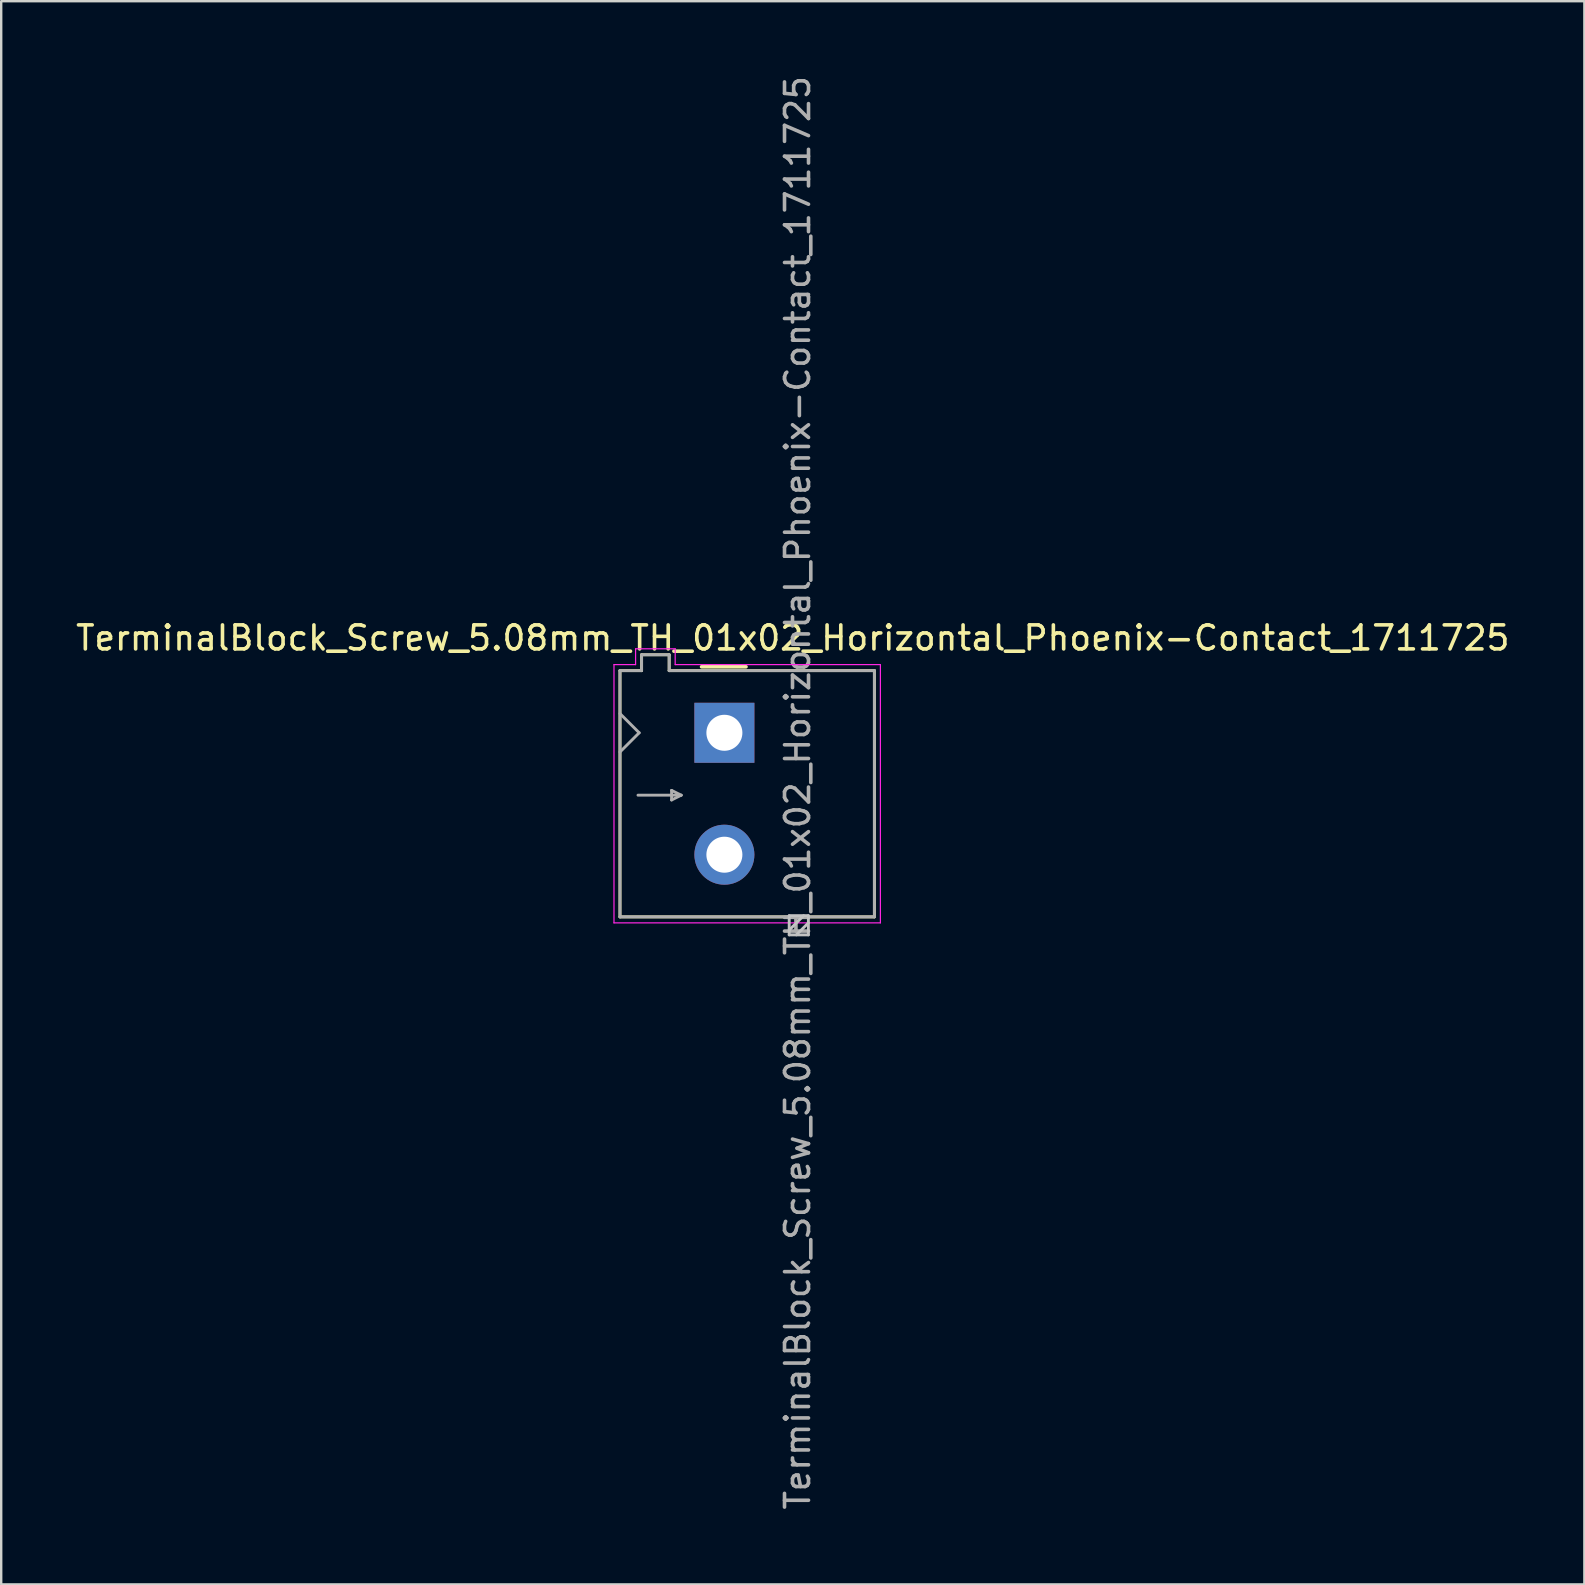
<source format=kicad_pcb>
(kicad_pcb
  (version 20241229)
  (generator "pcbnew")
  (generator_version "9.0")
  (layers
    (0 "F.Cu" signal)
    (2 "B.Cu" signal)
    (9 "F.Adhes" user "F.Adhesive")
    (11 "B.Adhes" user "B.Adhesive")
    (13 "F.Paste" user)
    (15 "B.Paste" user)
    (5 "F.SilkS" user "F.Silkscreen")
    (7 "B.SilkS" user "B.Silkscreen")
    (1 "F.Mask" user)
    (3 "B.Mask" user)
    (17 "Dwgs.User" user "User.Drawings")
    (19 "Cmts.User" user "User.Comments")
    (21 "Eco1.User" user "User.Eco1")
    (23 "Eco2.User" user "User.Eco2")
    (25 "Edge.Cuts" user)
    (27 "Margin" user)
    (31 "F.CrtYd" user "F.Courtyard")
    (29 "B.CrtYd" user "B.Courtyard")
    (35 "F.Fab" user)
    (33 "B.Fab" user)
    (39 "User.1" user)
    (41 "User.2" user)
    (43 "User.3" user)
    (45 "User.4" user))
  (footprint "TerminalBlock_Screw_5.08mm_TH_01x02_Horizontal_Phoenix-Contact_1711725"
    (layer "F.Cu")
    (at 27.132 27.482)
    (property "Reference" "TerminalBlock_Screw_5.08mm_TH_01x02_Horizontal_Phoenix-Contact_1711725" (at 2.85 -3.95 0) (unlocked yes) (layer "F.SilkS") (effects (font (size 1 1) (thickness 0.15))))
    (attr through_hole)
    (fp_line (start -4.35 -2.59) (end -4.35 7.67) (stroke (width 0.12) (type solid)) (layer "F.SilkS"))
    (fp_line (start -4.35 7.67) (end 6.25 7.67) (stroke (width 0.12) (type solid)) (layer "F.SilkS"))
    (fp_line (start -3.45 -3.25) (end -3.45 -2.59) (stroke (width 0.12) (type solid)) (layer "F.SilkS"))
    (fp_line (start -3.45 -2.59) (end -4.35 -2.59) (stroke (width 0.12) (type solid)) (layer "F.SilkS"))
    (fp_line (start -2.3 -3.25) (end -3.45 -3.25) (stroke (width 0.12) (type solid)) (layer "F.SilkS"))
    (fp_line (start -2.3 -2.59) (end -2.3 -3.25) (stroke (width 0.12) (type solid)) (layer "F.SilkS"))
    (fp_line (start -0.95 -2.75) (end 0.9 -2.75) (stroke (width 0.15) (type solid)) (layer "F.SilkS"))
    (fp_line (start 6.25 -2.59) (end -2.3 -2.59) (stroke (width 0.12) (type solid)) (layer "F.SilkS"))
    (fp_line (start 6.25 7.67) (end 6.25 -2.59) (stroke (width 0.12) (type solid)) (layer "F.SilkS"))
    (fp_line (start 2.7 7.62) (end 2.7 8.42) (stroke (width 0.12) (type solid)) (layer "Dwgs.User"))
    (fp_line (start 2.7 8.22) (end 3.3 7.62) (stroke (width 0.12) (type solid)) (layer "Dwgs.User"))
    (fp_line (start 2.7 8.42) (end 3.5 8.42) (stroke (width 0.12) (type solid)) (layer "Dwgs.User"))
    (fp_line (start 3 8.42) (end 3.5 7.92) (stroke (width 0.12) (type solid)) (layer "Dwgs.User"))
    (fp_line (start 3.5 7.62) (end 2.7 7.62) (stroke (width 0.12) (type solid)) (layer "Dwgs.User"))
    (fp_line (start 3.5 8.42) (end 3.5 7.62) (stroke (width 0.12) (type solid)) (layer "Dwgs.User"))
    (fp_line (start -4.6 -2.84) (end -3.7 -2.84) (stroke (width 0.05) (type solid)) (layer "F.CrtYd"))
    (fp_line (start -4.6 7.92) (end -4.6 -2.84) (stroke (width 0.05) (type solid)) (layer "F.CrtYd"))
    (fp_line (start -3.7 -3.5) (end -3.7 -2.84) (stroke (width 0.05) (type solid)) (layer "F.CrtYd"))
    (fp_line (start -2.05 -3.5) (end -3.7 -3.5) (stroke (width 0.05) (type solid)) (layer "F.CrtYd"))
    (fp_line (start -2.05 -2.84) (end -2.05 -3.5) (stroke (width 0.05) (type solid)) (layer "F.CrtYd"))
    (fp_line (start -2.05 -2.84) (end 6.5 -2.84) (stroke (width 0.05) (type solid)) (layer "F.CrtYd"))
    (fp_line (start 6.5 -2.84) (end 6.5 7.92) (stroke (width 0.05) (type solid)) (layer "F.CrtYd"))
    (fp_line (start 6.5 7.92) (end -4.6 7.92) (stroke (width 0.05) (type solid)) (layer "F.CrtYd"))
    (fp_line (start -4.35 -2.59) (end -4.35 7.67) (stroke (width 0.12) (type solid)) (layer "F.Fab"))
    (fp_line (start -4.35 0.8) (end -3.55 0) (stroke (width 0.12) (type solid)) (layer "F.Fab"))
    (fp_line (start -4.35 7.67) (end 6.25 7.67) (stroke (width 0.12) (type solid)) (layer "F.Fab"))
    (fp_line (start -3.6 2.6) (end -1.8 2.6) (stroke (width 0.12) (type solid)) (layer "F.Fab"))
    (fp_line (start -3.55 0) (end -4.35 -0.8) (stroke (width 0.12) (type solid)) (layer "F.Fab"))
    (fp_line (start -3.45 -3.25) (end -3.45 -2.59) (stroke (width 0.12) (type solid)) (layer "F.Fab"))
    (fp_line (start -3.45 -2.59) (end -4.35 -2.59) (stroke (width 0.12) (type solid)) (layer "F.Fab"))
    (fp_line (start -2.3 -3.25) (end -3.45 -3.25) (stroke (width 0.12) (type solid)) (layer "F.Fab"))
    (fp_line (start -2.3 -2.59) (end -2.3 -3.25) (stroke (width 0.12) (type solid)) (layer "F.Fab"))
    (fp_line (start -2.2 2.4) (end -2.2 2.8) (stroke (width 0.12) (type solid)) (layer "F.Fab"))
    (fp_line (start -2.2 2.8) (end -1.8 2.6) (stroke (width 0.12) (type solid)) (layer "F.Fab"))
    (fp_line (start -1.8 2.6) (end -2.2 2.4) (stroke (width 0.12) (type solid)) (layer "F.Fab"))
    (fp_line (start 6.25 -2.59) (end -2.3 -2.59) (stroke (width 0.12) (type solid)) (layer "F.Fab"))
    (fp_line (start 6.25 7.67) (end 6.25 -2.59) (stroke (width 0.12) (type solid)) (layer "F.Fab"))
    (fp_text user "${REFERENCE}" (at 3.05 2.5 270) (layer "F.Fab") (effects (font (size 1 1) (thickness 0.15))))
    (pad "1" thru_hole rect (at 0 0 270) (size 2.5 2.5) (drill 1.5) (layers "*.Cu" "*.Mask"))
    (pad "2" thru_hole circle (at 0 5.08 270) (size 2.5 2.5) (drill 1.5) (layers "*.Cu" "*.Mask")))
  (gr_rect
    (start -3 -3)
    (end 62.964 62.964)
    (stroke (width 0.1) (type default))
    (fill no)
    (layer "Edge.Cuts")))
</source>
